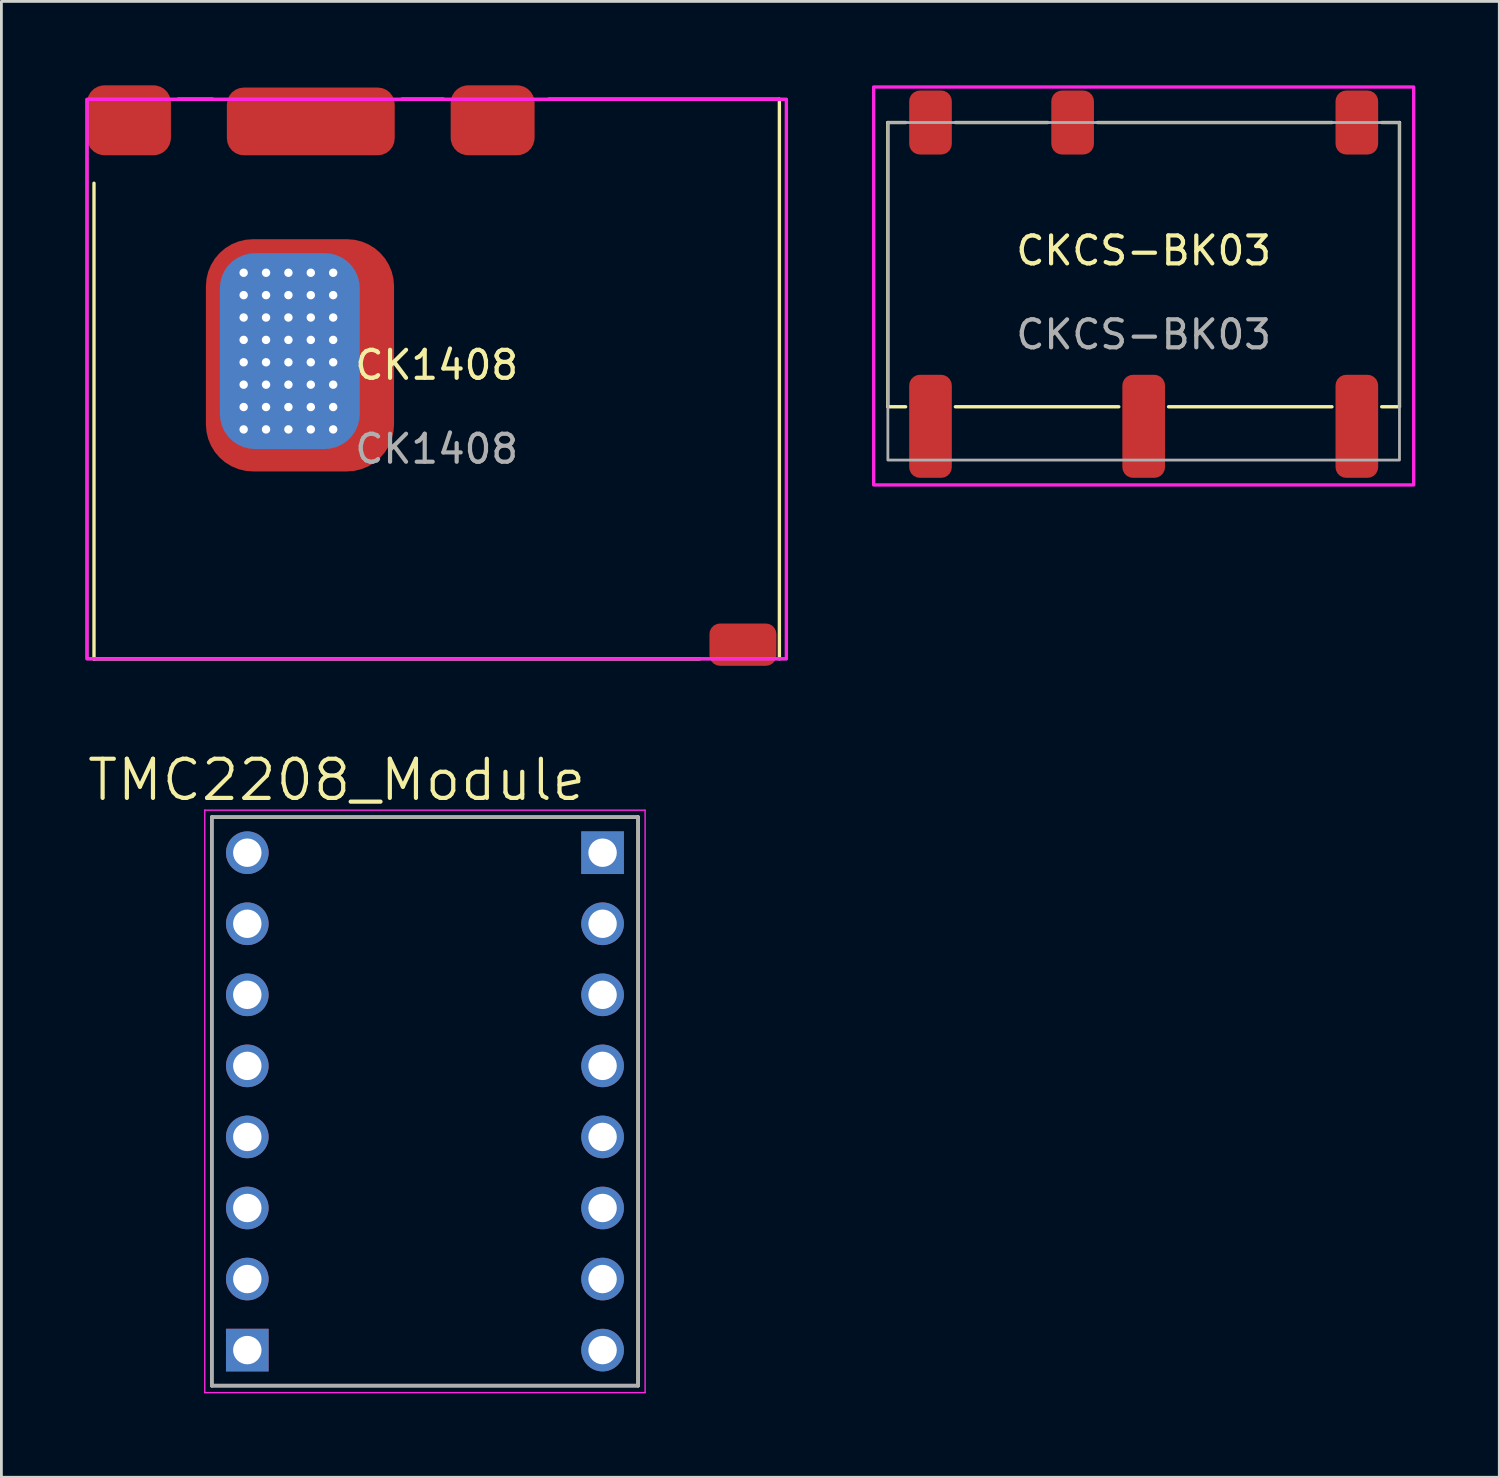
<source format=kicad_pcb>
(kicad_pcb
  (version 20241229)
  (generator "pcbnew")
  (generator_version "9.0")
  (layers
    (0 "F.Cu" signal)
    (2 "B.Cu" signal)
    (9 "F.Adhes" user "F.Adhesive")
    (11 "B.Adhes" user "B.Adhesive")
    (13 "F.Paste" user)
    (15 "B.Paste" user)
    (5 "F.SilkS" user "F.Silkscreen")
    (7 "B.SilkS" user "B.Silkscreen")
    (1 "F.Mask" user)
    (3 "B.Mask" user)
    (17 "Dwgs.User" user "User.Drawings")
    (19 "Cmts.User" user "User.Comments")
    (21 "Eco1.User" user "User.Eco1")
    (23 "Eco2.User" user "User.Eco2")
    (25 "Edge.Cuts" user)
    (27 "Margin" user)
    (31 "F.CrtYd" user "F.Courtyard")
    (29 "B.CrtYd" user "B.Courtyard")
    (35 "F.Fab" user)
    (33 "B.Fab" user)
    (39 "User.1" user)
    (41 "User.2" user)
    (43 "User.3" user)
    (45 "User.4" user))
  (footprint "CKCS-BK03"
    (layer "F.Cu")
    (at 37.832 6.41)
    (property "Reference" "CKCS-BK03" (at 0 -0.5 0) (unlocked yes) (layer "F.SilkS") (effects (font (size 1 1) (thickness 0.15))))
    (attr smd)
    (fp_line (start -9.144 -5.08) (end -9.144 5.08) (stroke (width 0.12) (type solid)) (layer "F.SilkS"))
    (fp_line (start -9.144 5.08) (end -8.509 5.08) (stroke (width 0.12) (type solid)) (layer "F.SilkS"))
    (fp_line (start -8.509 -5.08) (end -9.144 -5.08) (stroke (width 0.12) (type solid)) (layer "F.SilkS"))
    (fp_line (start -6.731 -5.08) (end -3.429 -5.08) (stroke (width 0.12) (type solid)) (layer "F.SilkS"))
    (fp_line (start -1.651 -5.08) (end 6.731 -5.08) (stroke (width 0.12) (type solid)) (layer "F.SilkS"))
    (fp_line (start -0.889 5.08) (end -6.731 5.08) (stroke (width 0.12) (type solid)) (layer "F.SilkS"))
    (fp_line (start 6.731 5.08) (end 0.889 5.08) (stroke (width 0.12) (type solid)) (layer "F.SilkS"))
    (fp_line (start 8.509 -5.08) (end 9.144 -5.08) (stroke (width 0.12) (type solid)) (layer "F.SilkS"))
    (fp_line (start 9.144 -5.08) (end 9.144 5.08) (stroke (width 0.12) (type solid)) (layer "F.SilkS"))
    (fp_line (start 9.144 5.08) (end 8.509 5.08) (stroke (width 0.12) (type solid)) (layer "F.SilkS"))
    (fp_rect (start -9.652 -6.35) (end 9.652 7.874) (stroke (width 0.12) (type solid)) (fill no) (layer "F.CrtYd"))
    (fp_rect (start -9.144 -5.08) (end 9.144 6.985) (stroke (width 0.1) (type solid)) (fill no) (layer "F.Fab"))
    (fp_text user "${REFERENCE}" (at 0 2.5 0) (unlocked yes) (layer "F.Fab") (effects (font (size 1 1) (thickness 0.15))))
    (pad "1" smd roundrect (at -7.62 5.779 90) (size 3.683 1.524) (layers "F.Cu" "F.Mask" "F.Paste") (roundrect_rratio 0.25))
    (pad "2" smd roundrect (at 0 5.779 90) (size 3.683 1.524) (layers "F.Cu" "F.Mask" "F.Paste") (roundrect_rratio 0.25))
    (pad "3" smd roundrect (at 7.62 5.779 90) (size 3.683 1.524) (layers "F.Cu" "F.Mask" "F.Paste") (roundrect_rratio 0.25))
    (pad "4" smd roundrect (at 7.62 -5.08 90) (size 2.286 1.524) (layers "F.Cu" "F.Mask" "F.Paste") (roundrect_rratio 0.25))
    (pad "5" smd roundrect (at -2.54 -5.08 90) (size 2.286 1.524) (layers "F.Cu" "F.Mask" "F.Paste") (roundrect_rratio 0.25))
    (pad "6" smd roundrect (at -7.62 -5.08 90) (size 2.286 1.524) (layers "F.Cu" "F.Mask" "F.Paste") (roundrect_rratio 0.25)))
  (footprint "CK1408"
    (layer "F.Cu")
    (at 12.56 10.5)
    (property "Reference" "CK1408" (at 0 -0.5 0) (unlocked yes) (layer "F.SilkS") (effects (font (size 1 1) (thickness 0.15))))
    (attr smd)
    (fp_line (start -12.25 10) (end -12.25 -7) (stroke (width 0.12) (type solid)) (layer "F.SilkS"))
    (fp_line (start -9.25 -10) (end -8 -10) (stroke (width 0.12) (type solid)) (layer "F.SilkS"))
    (fp_line (start -1.25 -10) (end 0.25 -10) (stroke (width 0.12) (type solid)) (layer "F.SilkS"))
    (fp_line (start 4 -10) (end 12.25 -10) (stroke (width 0.12) (type solid)) (layer "F.SilkS"))
    (fp_line (start 9.4 10) (end -12.25 10) (stroke (width 0.12) (type solid)) (layer "F.SilkS"))
    (fp_line (start 12.25 -10) (end 12.25 10) (stroke (width 0.12) (type solid)) (layer "F.SilkS"))
    (fp_rect (start -12.5 -10) (end 12.5 10) (stroke (width 0.12) (type solid)) (fill no) (layer "F.CrtYd"))
    (fp_rect (start -12.5 -10) (end 12.5 10) (stroke (width 0.1) (type solid)) (fill no) (layer "F.Fab"))
    (fp_text user "${REFERENCE}" (at 0 2.5 0) (unlocked yes) (layer "F.Fab") (effects (font (size 1 1) (thickness 0.15))))
    (pad "" smd roundrect (at -7.112 -3.81) (size 1.222 1.357) (layers "F.Paste") (roundrect_rratio 0.25))
    (pad "" smd roundrect (at -7.112 -2.286) (size 1.222 1.357) (layers "F.Paste") (roundrect_rratio 0.25))
    (pad "" smd roundrect (at -7.112 -0.762) (size 1.222 1.357) (layers "F.Paste") (roundrect_rratio 0.25))
    (pad "" smd roundrect (at -7.112 0.762) (size 1.222 1.357) (layers "F.Paste") (roundrect_rratio 0.25))
    (pad "" smd roundrect (at -6.35 2.286) (size 1.222 1.357) (layers "F.Paste") (roundrect_rratio 0.25))
    (pad "" smd roundrect (at -5.588 -3.81) (size 1.222 1.357) (layers "F.Paste") (roundrect_rratio 0.25))
    (pad "" smd roundrect (at -5.588 -2.286) (size 1.222 1.357) (layers "F.Paste") (roundrect_rratio 0.25))
    (pad "" smd roundrect (at -5.588 -0.762) (size 1.222 1.357) (layers "F.Paste") (roundrect_rratio 0.25))
    (pad "" smd roundrect (at -5.588 0.762) (size 1.222 1.357) (layers "F.Paste") (roundrect_rratio 0.25))
    (pad "" smd roundrect (at -4.826 2.286) (size 1.222 1.357) (layers "F.Paste") (roundrect_rratio 0.25))
    (pad "" smd roundrect (at -4.064 -3.81) (size 1.222 1.357) (layers "F.Paste") (roundrect_rratio 0.25))
    (pad "" smd roundrect (at -4.064 -2.286) (size 1.222 1.357) (layers "F.Paste") (roundrect_rratio 0.25))
    (pad "" smd roundrect (at -4.064 -0.762) (size 1.222 1.357) (layers "F.Paste") (roundrect_rratio 0.25))
    (pad "" smd roundrect (at -4.064 0.762) (size 1.222 1.357) (layers "F.Paste") (roundrect_rratio 0.25))
    (pad "" smd roundrect (at -3.302 2.286) (size 1.222 1.357) (layers "F.Paste") (roundrect_rratio 0.25))
    (pad "" smd roundrect (at -2.54 -3.81) (size 1.222 1.357) (layers "F.Paste") (roundrect_rratio 0.25))
    (pad "" smd roundrect (at -2.54 -2.286) (size 1.222 1.357) (layers "F.Paste") (roundrect_rratio 0.25))
    (pad "" smd roundrect (at -2.54 -0.762) (size 1.222 1.357) (layers "F.Paste") (roundrect_rratio 0.25))
    (pad "" smd roundrect (at -2.54 0.762) (size 1.222 1.357) (layers "F.Paste") (roundrect_rratio 0.25))
    (pad "1" smd roundrect (at -11 -9.25 90) (size 2.5 3) (layers "F.Cu" "F.Mask" "F.Paste") (roundrect_rratio 0.25))
    (pad "2" smd roundrect (at -4.5 -9.21 90) (size 2.421 6) (layers "F.Cu" "F.Mask" "F.Paste") (roundrect_rratio 0.25))
    (pad "3" smd roundrect (at 2 -9.25 90) (size 2.5 3) (layers "F.Cu" "F.Mask" "F.Paste") (roundrect_rratio 0.25))
    (pad "4" smd roundrect (at 10.947 9.494) (size 2.393 1.512) (layers "F.Cu" "F.Mask" "F.Paste") (roundrect_rratio 0.25))
    (pad "5" thru_hole circle (at -6.9 -3.8) (size 0.5 0.5) (drill 0.3) (layers "*.Cu"))
    (pad "5" thru_hole circle (at -6.9 -3) (size 0.5 0.5) (drill 0.3) (layers "*.Cu"))
    (pad "5" thru_hole circle (at -6.9 -2.2) (size 0.5 0.5) (drill 0.3) (layers "*.Cu"))
    (pad "5" thru_hole circle (at -6.9 -1.4) (size 0.5 0.5) (drill 0.3) (layers "*.Cu"))
    (pad "5" thru_hole circle (at -6.9 -0.6) (size 0.5 0.5) (drill 0.3) (layers "*.Cu"))
    (pad "5" thru_hole circle (at -6.9 0.2) (size 0.5 0.5) (drill 0.3) (layers "*.Cu"))
    (pad "5" thru_hole circle (at -6.9 1) (size 0.5 0.5) (drill 0.3) (layers "*.Cu"))
    (pad "5" thru_hole circle (at -6.9 1.8) (size 0.5 0.5) (drill 0.3) (layers "*.Cu"))
    (pad "5" thru_hole circle (at -6.1 -3.8) (size 0.5 0.5) (drill 0.3) (layers "*.Cu"))
    (pad "5" thru_hole circle (at -6.1 -3) (size 0.5 0.5) (drill 0.3) (layers "*.Cu"))
    (pad "5" thru_hole circle (at -6.1 -2.2) (size 0.5 0.5) (drill 0.3) (layers "*.Cu"))
    (pad "5" thru_hole circle (at -6.1 -1.4) (size 0.5 0.5) (drill 0.3) (layers "*.Cu"))
    (pad "5" thru_hole circle (at -6.1 -0.6) (size 0.5 0.5) (drill 0.3) (layers "*.Cu"))
    (pad "5" thru_hole circle (at -6.1 0.2) (size 0.5 0.5) (drill 0.3) (layers "*.Cu"))
    (pad "5" thru_hole circle (at -6.1 1) (size 0.5 0.5) (drill 0.3) (layers "*.Cu"))
    (pad "5" thru_hole circle (at -6.1 1.8) (size 0.5 0.5) (drill 0.3) (layers "*.Cu"))
    (pad "5" thru_hole circle (at -5.3 -3.8) (size 0.5 0.5) (drill 0.3) (layers "*.Cu"))
    (pad "5" thru_hole circle (at -5.3 -3) (size 0.5 0.5) (drill 0.3) (layers "*.Cu"))
    (pad "5" thru_hole circle (at -5.3 -2.2) (size 0.5 0.5) (drill 0.3) (layers "*.Cu"))
    (pad "5" thru_hole circle (at -5.3 -1.4) (size 0.5 0.5) (drill 0.3) (layers "*.Cu"))
    (pad "5" thru_hole circle (at -5.3 -0.6) (size 0.5 0.5) (drill 0.3) (layers "*.Cu"))
    (pad "5" thru_hole circle (at -5.3 0.2) (size 0.5 0.5) (drill 0.3) (layers "*.Cu"))
    (pad "5" thru_hole circle (at -5.3 1) (size 0.5 0.5) (drill 0.3) (layers "*.Cu"))
    (pad "5" thru_hole circle (at -5.3 1.8) (size 0.5 0.5) (drill 0.3) (layers "*.Cu"))
    (pad "5" smd roundrect (at -5.25 -1) (size 5 7) (layers "B.Cu") (roundrect_rratio 0.25))
    (pad "5" smd roundrect (at -4.887 -0.849) (size 6.726 8.302) (layers "F.Cu" "F.Mask") (roundrect_rratio 0.25))
    (pad "5" thru_hole circle (at -4.5 -3.8) (size 0.5 0.5) (drill 0.3) (layers "*.Cu"))
    (pad "5" thru_hole circle (at -4.5 -3) (size 0.5 0.5) (drill 0.3) (layers "*.Cu"))
    (pad "5" thru_hole circle (at -4.5 -2.2) (size 0.5 0.5) (drill 0.3) (layers "*.Cu"))
    (pad "5" thru_hole circle (at -4.5 -1.4) (size 0.5 0.5) (drill 0.3) (layers "*.Cu"))
    (pad "5" thru_hole circle (at -4.5 -0.6) (size 0.5 0.5) (drill 0.3) (layers "*.Cu"))
    (pad "5" thru_hole circle (at -4.5 0.2) (size 0.5 0.5) (drill 0.3) (layers "*.Cu"))
    (pad "5" thru_hole circle (at -4.5 1) (size 0.5 0.5) (drill 0.3) (layers "*.Cu"))
    (pad "5" thru_hole circle (at -4.5 1.8) (size 0.5 0.5) (drill 0.3) (layers "*.Cu"))
    (pad "5" thru_hole circle (at -3.7 -3.8) (size 0.5 0.5) (drill 0.3) (layers "*.Cu"))
    (pad "5" thru_hole circle (at -3.7 -3) (size 0.5 0.5) (drill 0.3) (layers "*.Cu"))
    (pad "5" thru_hole circle (at -3.7 -2.2) (size 0.5 0.5) (drill 0.3) (layers "*.Cu"))
    (pad "5" thru_hole circle (at -3.7 -1.4) (size 0.5 0.5) (drill 0.3) (layers "*.Cu"))
    (pad "5" thru_hole circle (at -3.7 -0.6) (size 0.5 0.5) (drill 0.3) (layers "*.Cu"))
    (pad "5" thru_hole circle (at -3.7 0.2) (size 0.5 0.5) (drill 0.3) (layers "*.Cu"))
    (pad "5" thru_hole circle (at -3.7 1) (size 0.5 0.5) (drill 0.3) (layers "*.Cu"))
    (pad "5" thru_hole circle (at -3.7 1.8) (size 0.5 0.5) (drill 0.3) (layers "*.Cu")))
  (footprint "TMC2208_Module"
    (layer "F.Cu")
    (at 12.14 36.321)
    (property "Reference" "TMC2208_Module" (at -3.155 -11.489 0) (layer "F.SilkS") (effects (font (size 1.4 1.4) (thickness 0.15))))
    (attr through_hole)
    (fp_line (start -7.62 -10.16) (end -7.62 10.16) (stroke (width 0.127) (type solid)) (layer "F.SilkS"))
    (fp_line (start -7.62 10.16) (end 7.62 10.16) (stroke (width 0.127) (type solid)) (layer "F.SilkS"))
    (fp_line (start 7.62 -10.16) (end -7.62 -10.16) (stroke (width 0.127) (type solid)) (layer "F.SilkS"))
    (fp_line (start 7.62 10.16) (end 7.62 -10.16) (stroke (width 0.127) (type solid)) (layer "F.SilkS"))
    (fp_line (start -7.87 -10.41) (end -7.87 10.41) (stroke (width 0.05) (type solid)) (layer "F.CrtYd"))
    (fp_line (start -7.87 -10.41) (end 7.87 -10.41) (stroke (width 0.05) (type solid)) (layer "F.CrtYd"))
    (fp_line (start -7.87 10.41) (end 7.87 10.41) (stroke (width 0.05) (type solid)) (layer "F.CrtYd"))
    (fp_line (start 7.87 -10.41) (end 7.87 10.41) (stroke (width 0.05) (type solid)) (layer "F.CrtYd"))
    (fp_line (start -7.62 -10.16) (end -7.62 10.16) (stroke (width 0.127) (type solid)) (layer "F.Fab"))
    (fp_line (start -7.62 10.16) (end 7.62 10.16) (stroke (width 0.127) (type solid)) (layer "F.Fab"))
    (fp_line (start 7.62 -10.16) (end -7.62 -10.16) (stroke (width 0.127) (type solid)) (layer "F.Fab"))
    (fp_line (start 7.62 10.16) (end 7.62 -10.16) (stroke (width 0.127) (type solid)) (layer "F.Fab"))
    (pad "JP1_1" thru_hole rect (at 6.35 -8.89) (size 1.524 1.524) (drill 1.016) (layers "*.Cu" "*.Mask"))
    (pad "JP1_2" thru_hole circle (at 6.35 -6.35) (size 1.524 1.524) (drill 1.016) (layers "*.Cu" "*.Mask"))
    (pad "JP1_3" thru_hole circle (at 6.35 -3.81) (size 1.524 1.524) (drill 1.016) (layers "*.Cu" "*.Mask"))
    (pad "JP1_4" thru_hole circle (at 6.35 -1.27) (size 1.524 1.524) (drill 1.016) (layers "*.Cu" "*.Mask"))
    (pad "JP1_5" thru_hole circle (at 6.35 1.27) (size 1.524 1.524) (drill 1.016) (layers "*.Cu" "*.Mask"))
    (pad "JP1_6" thru_hole circle (at 6.35 3.81) (size 1.524 1.524) (drill 1.016) (layers "*.Cu" "*.Mask"))
    (pad "JP1_7" thru_hole circle (at 6.35 6.35) (size 1.524 1.524) (drill 1.016) (layers "*.Cu" "*.Mask"))
    (pad "JP1_8" thru_hole circle (at 6.35 8.89) (size 1.524 1.524) (drill 1.016) (layers "*.Cu" "*.Mask"))
    (pad "JP2_1" thru_hole rect (at -6.35 8.89) (size 1.524 1.524) (drill 1.016) (layers "*.Cu" "*.Mask"))
    (pad "JP2_2" thru_hole circle (at -6.35 6.35) (size 1.524 1.524) (drill 1.016) (layers "*.Cu" "*.Mask"))
    (pad "JP2_3" thru_hole circle (at -6.35 3.81) (size 1.524 1.524) (drill 1.016) (layers "*.Cu" "*.Mask"))
    (pad "JP2_4" thru_hole circle (at -6.35 1.27) (size 1.524 1.524) (drill 1.016) (layers "*.Cu" "*.Mask"))
    (pad "JP2_5" thru_hole circle (at -6.35 -1.27) (size 1.524 1.524) (drill 1.016) (layers "*.Cu" "*.Mask"))
    (pad "JP2_6" thru_hole circle (at -6.35 -3.81) (size 1.524 1.524) (drill 1.016) (layers "*.Cu" "*.Mask"))
    (pad "JP2_7" thru_hole circle (at -6.35 -6.35) (size 1.524 1.524) (drill 1.016) (layers "*.Cu" "*.Mask"))
    (pad "JP2_8" thru_hole circle (at -6.35 -8.89) (size 1.524 1.524) (drill 1.016) (layers "*.Cu" "*.Mask")))
  (gr_rect
    (start -3 -3)
    (end 50.544 49.756)
    (stroke (width 0.1) (type default))
    (fill no)
    (layer "Edge.Cuts")))
</source>
